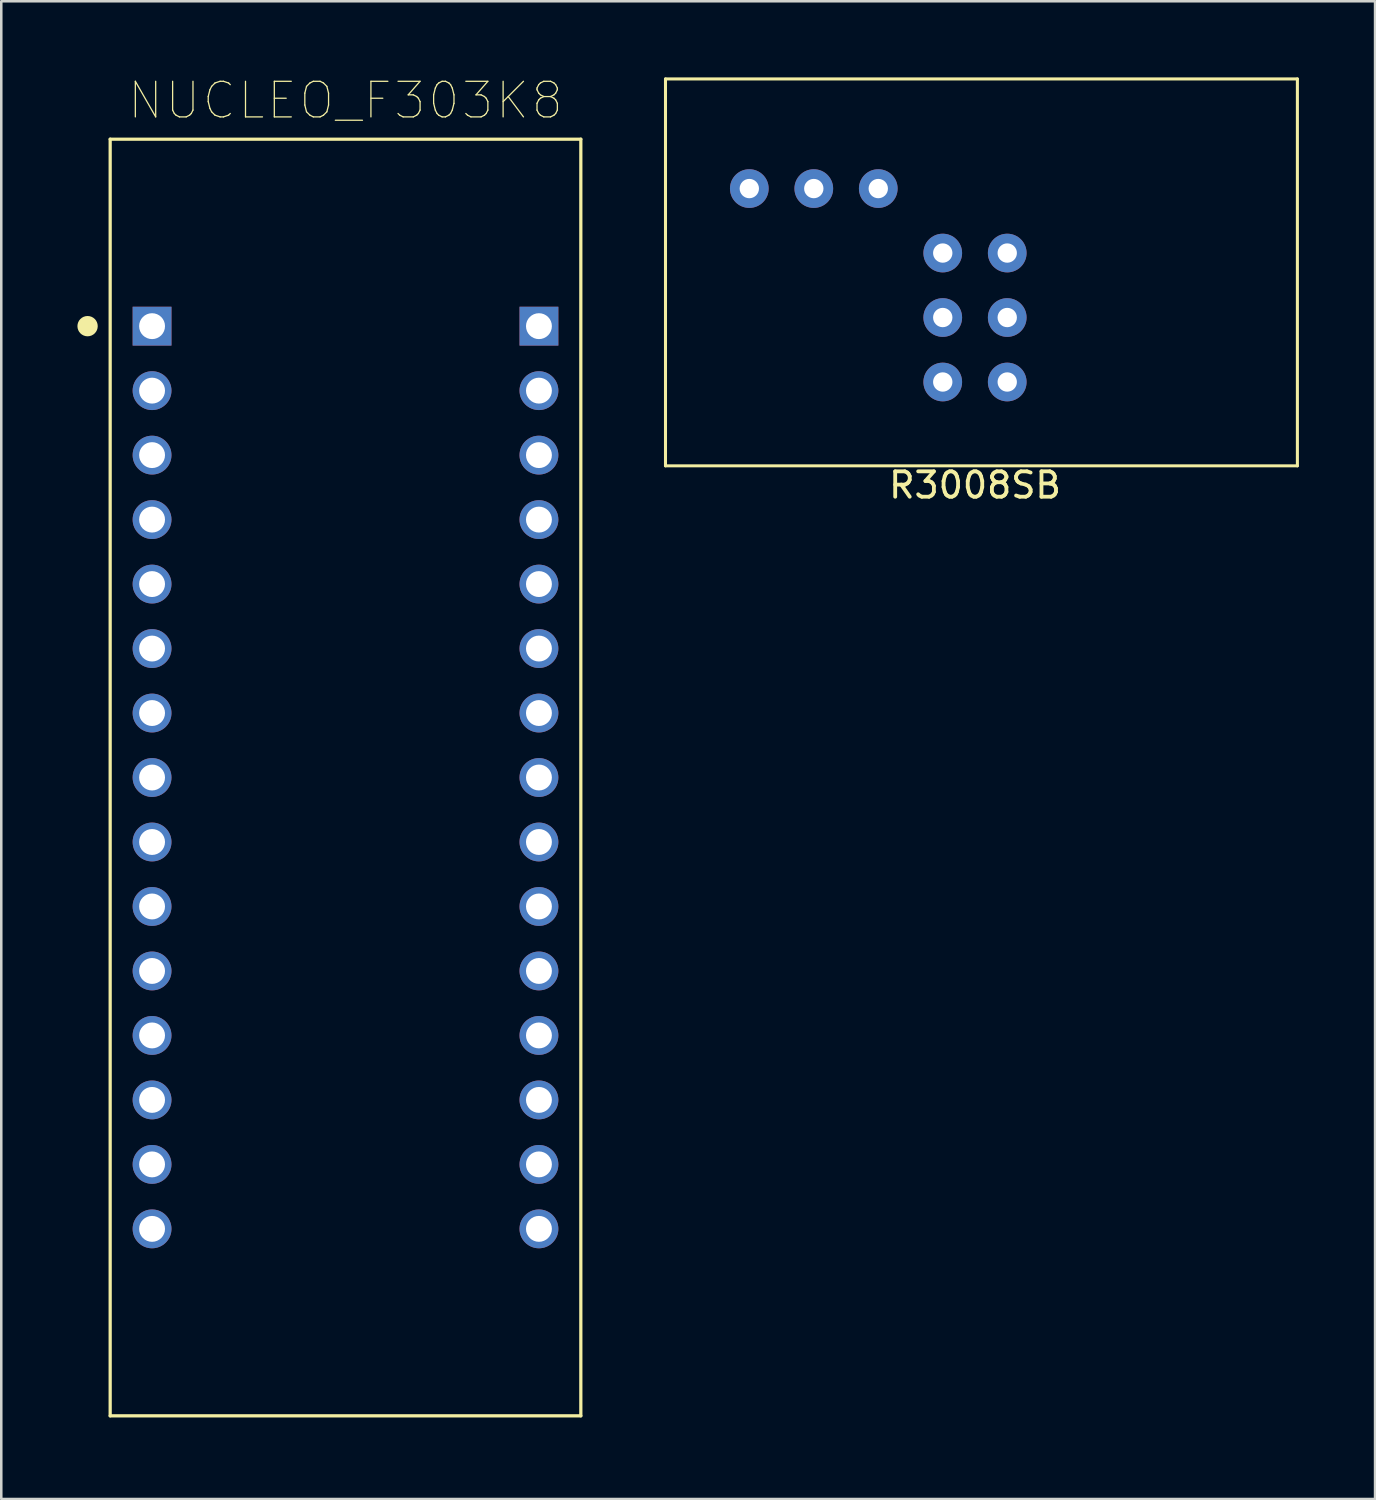
<source format=kicad_pcb>
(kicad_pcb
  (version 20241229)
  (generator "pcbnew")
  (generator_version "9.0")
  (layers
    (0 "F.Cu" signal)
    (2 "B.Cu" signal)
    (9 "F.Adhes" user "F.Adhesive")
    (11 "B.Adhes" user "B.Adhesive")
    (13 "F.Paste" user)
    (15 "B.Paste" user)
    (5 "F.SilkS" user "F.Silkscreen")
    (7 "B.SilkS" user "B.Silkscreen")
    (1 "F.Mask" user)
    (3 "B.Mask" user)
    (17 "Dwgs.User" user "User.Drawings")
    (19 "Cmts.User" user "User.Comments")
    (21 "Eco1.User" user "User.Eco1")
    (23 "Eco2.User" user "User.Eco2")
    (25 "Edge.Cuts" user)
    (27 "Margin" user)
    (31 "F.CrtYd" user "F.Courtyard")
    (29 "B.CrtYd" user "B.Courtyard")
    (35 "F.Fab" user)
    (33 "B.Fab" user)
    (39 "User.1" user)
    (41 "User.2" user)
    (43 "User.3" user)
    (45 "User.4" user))
  (footprint "R3008SB"
    (layer "F.Cu")
    (at 34.087 6.918)
    (property "Reference" "R3008SB" (at 1.27 9.144 0) (layer "F.SilkS") (effects (font (size 1 1) (thickness 0.15))))
    (attr through_hole)
    (fp_line (start -10.922 -6.858) (end -10.922 8.382) (stroke (width 0.12) (type solid)) (layer "F.SilkS"))
    (fp_line (start -10.922 8.382) (end 13.97 8.382) (stroke (width 0.12) (type solid)) (layer "F.SilkS"))
    (fp_line (start 13.97 -6.858) (end -10.922 -6.858) (stroke (width 0.12) (type solid)) (layer "F.SilkS"))
    (fp_line (start 13.97 8.382) (end 13.97 -6.858) (stroke (width 0.12) (type solid)) (layer "F.SilkS"))
    (pad "" thru_hole circle (at 0 0) (size 1.524 1.524) (drill 0.762) (layers "*.Cu" "*.Mask"))
    (pad "" thru_hole circle (at 0 2.54) (size 1.524 1.524) (drill 0.762) (layers "*.Cu" "*.Mask"))
    (pad "" thru_hole circle (at 0 5.08) (size 1.524 1.524) (drill 0.762) (layers "*.Cu" "*.Mask"))
    (pad "" thru_hole circle (at 2.54 0) (size 1.524 1.524) (drill 0.762) (layers "*.Cu" "*.Mask"))
    (pad "" thru_hole circle (at 2.54 2.54) (size 1.524 1.524) (drill 0.762) (layers "*.Cu" "*.Mask"))
    (pad "" thru_hole circle (at 2.54 5.08) (size 1.524 1.524) (drill 0.762) (layers "*.Cu" "*.Mask"))
    (pad "1" thru_hole circle (at -7.62 -2.54) (size 1.524 1.524) (drill 0.762) (layers "*.Cu" "*.Mask"))
    (pad "2" thru_hole circle (at -5.08 -2.54) (size 1.524 1.524) (drill 0.762) (layers "*.Cu" "*.Mask"))
    (pad "3" thru_hole circle (at -2.54 -2.54) (size 1.524 1.524) (drill 0.762) (layers "*.Cu" "*.Mask")))
  (footprint "NUCLEO_F303K8"
    (layer "F.Cu")
    (at 10.56 27.578)
    (property "Reference" "NUCLEO_F303K8" (at 0 -26.67 0) (layer "F.SilkS") (effects (font (size 1.402 1.402) (thickness 0.05))))
    (attr through_hole)
    (fp_line (start -9.27 -25.145) (end 9.27 -25.145) (stroke (width 0.127) (type solid)) (layer "F.SilkS"))
    (fp_line (start -9.27 25.145) (end -9.27 -25.145) (stroke (width 0.127) (type solid)) (layer "F.SilkS"))
    (fp_line (start 9.27 -25.145) (end 9.27 25.145) (stroke (width 0.127) (type solid)) (layer "F.SilkS"))
    (fp_line (start 9.27 25.145) (end -9.27 25.145) (stroke (width 0.127) (type solid)) (layer "F.SilkS"))
    (fp_circle (center -10.16 -17.78) (end -9.96 -17.78) (stroke (width 0.4) (type solid)) (fill no) (layer "F.SilkS"))
    (fp_line (start -9.52 -25.395) (end 9.52 -25.395) (stroke (width 0.05) (type solid)) (layer "Eco1.User"))
    (fp_line (start -9.52 25.395) (end -9.52 -25.395) (stroke (width 0.05) (type solid)) (layer "Eco1.User"))
    (fp_line (start 9.52 -25.395) (end 9.52 25.395) (stroke (width 0.05) (type solid)) (layer "Eco1.User"))
    (fp_line (start 9.52 25.395) (end -9.52 25.395) (stroke (width 0.05) (type solid)) (layer "Eco1.User"))
    (fp_line (start -9.27 -25.145) (end 9.27 -25.145) (stroke (width 0.127) (type solid)) (layer "Eco2.User"))
    (fp_line (start -9.27 25.145) (end -9.27 -25.145) (stroke (width 0.127) (type solid)) (layer "Eco2.User"))
    (fp_line (start 9.27 -25.145) (end 9.27 25.145) (stroke (width 0.127) (type solid)) (layer "Eco2.User"))
    (fp_line (start 9.27 25.145) (end -9.27 25.145) (stroke (width 0.127) (type solid)) (layer "Eco2.User"))
    (pad "3.1" thru_hole rect (at -7.62 -17.78) (size 1.53 1.53) (drill 1.02) (layers "*.Cu" "*.Mask"))
    (pad "3.2" thru_hole circle (at -7.62 -15.24) (size 1.53 1.53) (drill 1.02) (layers "*.Cu" "*.Mask"))
    (pad "3.3" thru_hole circle (at -7.62 -12.7) (size 1.53 1.53) (drill 1.02) (layers "*.Cu" "*.Mask"))
    (pad "3.4" thru_hole circle (at -7.62 -10.16) (size 1.53 1.53) (drill 1.02) (layers "*.Cu" "*.Mask"))
    (pad "3.5" thru_hole circle (at -7.62 -7.62) (size 1.53 1.53) (drill 1.02) (layers "*.Cu" "*.Mask"))
    (pad "3.6" thru_hole circle (at -7.62 -5.08) (size 1.53 1.53) (drill 1.02) (layers "*.Cu" "*.Mask"))
    (pad "3.7" thru_hole circle (at -7.62 -2.54) (size 1.53 1.53) (drill 1.02) (layers "*.Cu" "*.Mask"))
    (pad "3.8" thru_hole circle (at -7.62 0) (size 1.53 1.53) (drill 1.02) (layers "*.Cu" "*.Mask"))
    (pad "3.9" thru_hole circle (at -7.62 2.54) (size 1.53 1.53) (drill 1.02) (layers "*.Cu" "*.Mask"))
    (pad "3.10" thru_hole circle (at -7.62 5.08) (size 1.53 1.53) (drill 1.02) (layers "*.Cu" "*.Mask"))
    (pad "3.11" thru_hole circle (at -7.62 7.62) (size 1.53 1.53) (drill 1.02) (layers "*.Cu" "*.Mask"))
    (pad "3.12" thru_hole circle (at -7.62 10.16) (size 1.53 1.53) (drill 1.02) (layers "*.Cu" "*.Mask"))
    (pad "3.13" thru_hole circle (at -7.62 12.7) (size 1.53 1.53) (drill 1.02) (layers "*.Cu" "*.Mask"))
    (pad "3.14" thru_hole circle (at -7.62 15.24) (size 1.53 1.53) (drill 1.02) (layers "*.Cu" "*.Mask"))
    (pad "3.15" thru_hole circle (at -7.62 17.78) (size 1.53 1.53) (drill 1.02) (layers "*.Cu" "*.Mask"))
    (pad "4.1" thru_hole rect (at 7.62 -17.78) (size 1.53 1.53) (drill 1.02) (layers "*.Cu" "*.Mask"))
    (pad "4.2" thru_hole circle (at 7.62 -15.24) (size 1.53 1.53) (drill 1.02) (layers "*.Cu" "*.Mask"))
    (pad "4.3" thru_hole circle (at 7.62 -12.7) (size 1.53 1.53) (drill 1.02) (layers "*.Cu" "*.Mask"))
    (pad "4.4" thru_hole circle (at 7.62 -10.16) (size 1.53 1.53) (drill 1.02) (layers "*.Cu" "*.Mask"))
    (pad "4.5" thru_hole circle (at 7.62 -7.62) (size 1.53 1.53) (drill 1.02) (layers "*.Cu" "*.Mask"))
    (pad "4.6" thru_hole circle (at 7.62 -5.08) (size 1.53 1.53) (drill 1.02) (layers "*.Cu" "*.Mask"))
    (pad "4.7" thru_hole circle (at 7.62 -2.54) (size 1.53 1.53) (drill 1.02) (layers "*.Cu" "*.Mask"))
    (pad "4.8" thru_hole circle (at 7.62 0) (size 1.53 1.53) (drill 1.02) (layers "*.Cu" "*.Mask"))
    (pad "4.9" thru_hole circle (at 7.62 2.54) (size 1.53 1.53) (drill 1.02) (layers "*.Cu" "*.Mask"))
    (pad "4.10" thru_hole circle (at 7.62 5.08) (size 1.53 1.53) (drill 1.02) (layers "*.Cu" "*.Mask"))
    (pad "4.11" thru_hole circle (at 7.62 7.62) (size 1.53 1.53) (drill 1.02) (layers "*.Cu" "*.Mask"))
    (pad "4.12" thru_hole circle (at 7.62 10.16) (size 1.53 1.53) (drill 1.02) (layers "*.Cu" "*.Mask"))
    (pad "4.13" thru_hole circle (at 7.62 12.7) (size 1.53 1.53) (drill 1.02) (layers "*.Cu" "*.Mask"))
    (pad "4.14" thru_hole circle (at 7.62 15.24) (size 1.53 1.53) (drill 1.02) (layers "*.Cu" "*.Mask"))
    (pad "4.15" thru_hole circle (at 7.62 17.78) (size 1.53 1.53) (drill 1.02) (layers "*.Cu" "*.Mask")))
  (gr_rect
    (start -3 -3)
    (end 51.117 55.998)
    (stroke (width 0.1) (type default))
    (fill no)
    (layer "Edge.Cuts")))
</source>
